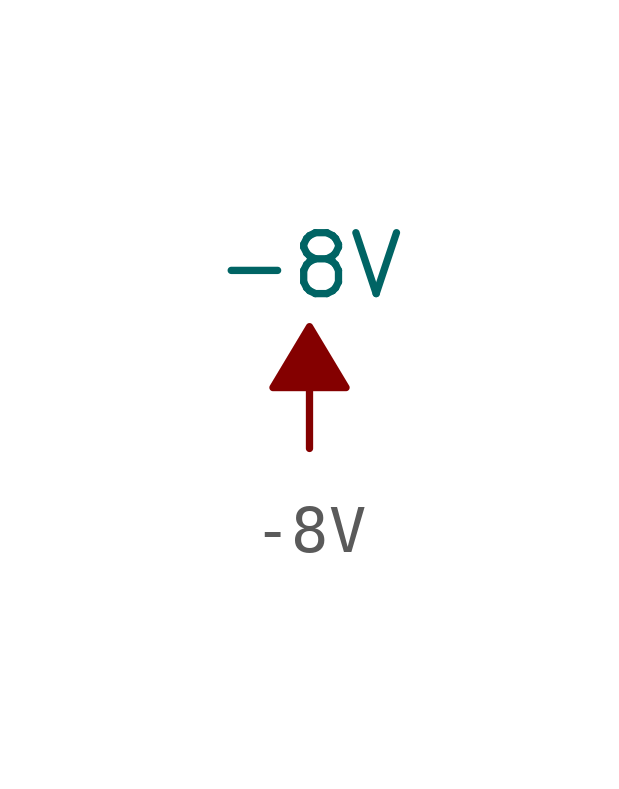
<source format=kicad_sym>
(kicad_symbol_lib
  (version 20211014)
  (generator kicad_symbol_editor)
  (symbol "power1:-8V"
    (power)
    (pin_names
      (offset 0))
    (property "Reference" "#PWR"
      (at 0 2.54 0)
      (effects (font (size 1.27 1.27)) hide))
    (property "Value" "-8V"
      (at 0 3.81 0)
      (effects (font (size 1.27 1.27))))
    (symbol "-8V_0_0"
      (pin power_in line (at 0 0 90) (length 0) hide (name "-8V" (effects (font (size 1.27 1.27)))) (number "1" (effects (font (size 1.27 1.27))))))
    (symbol "-8V_0_1"
      (polyline (pts (xy 0 0) (xy 0 1.27) (xy 0.762 1.27) (xy 0 2.54) (xy -0.762 1.27) (xy 0 1.27)) (stroke (width 0) (type default) (color 0 0 0 0)) (fill (type outline))))))
</source>
